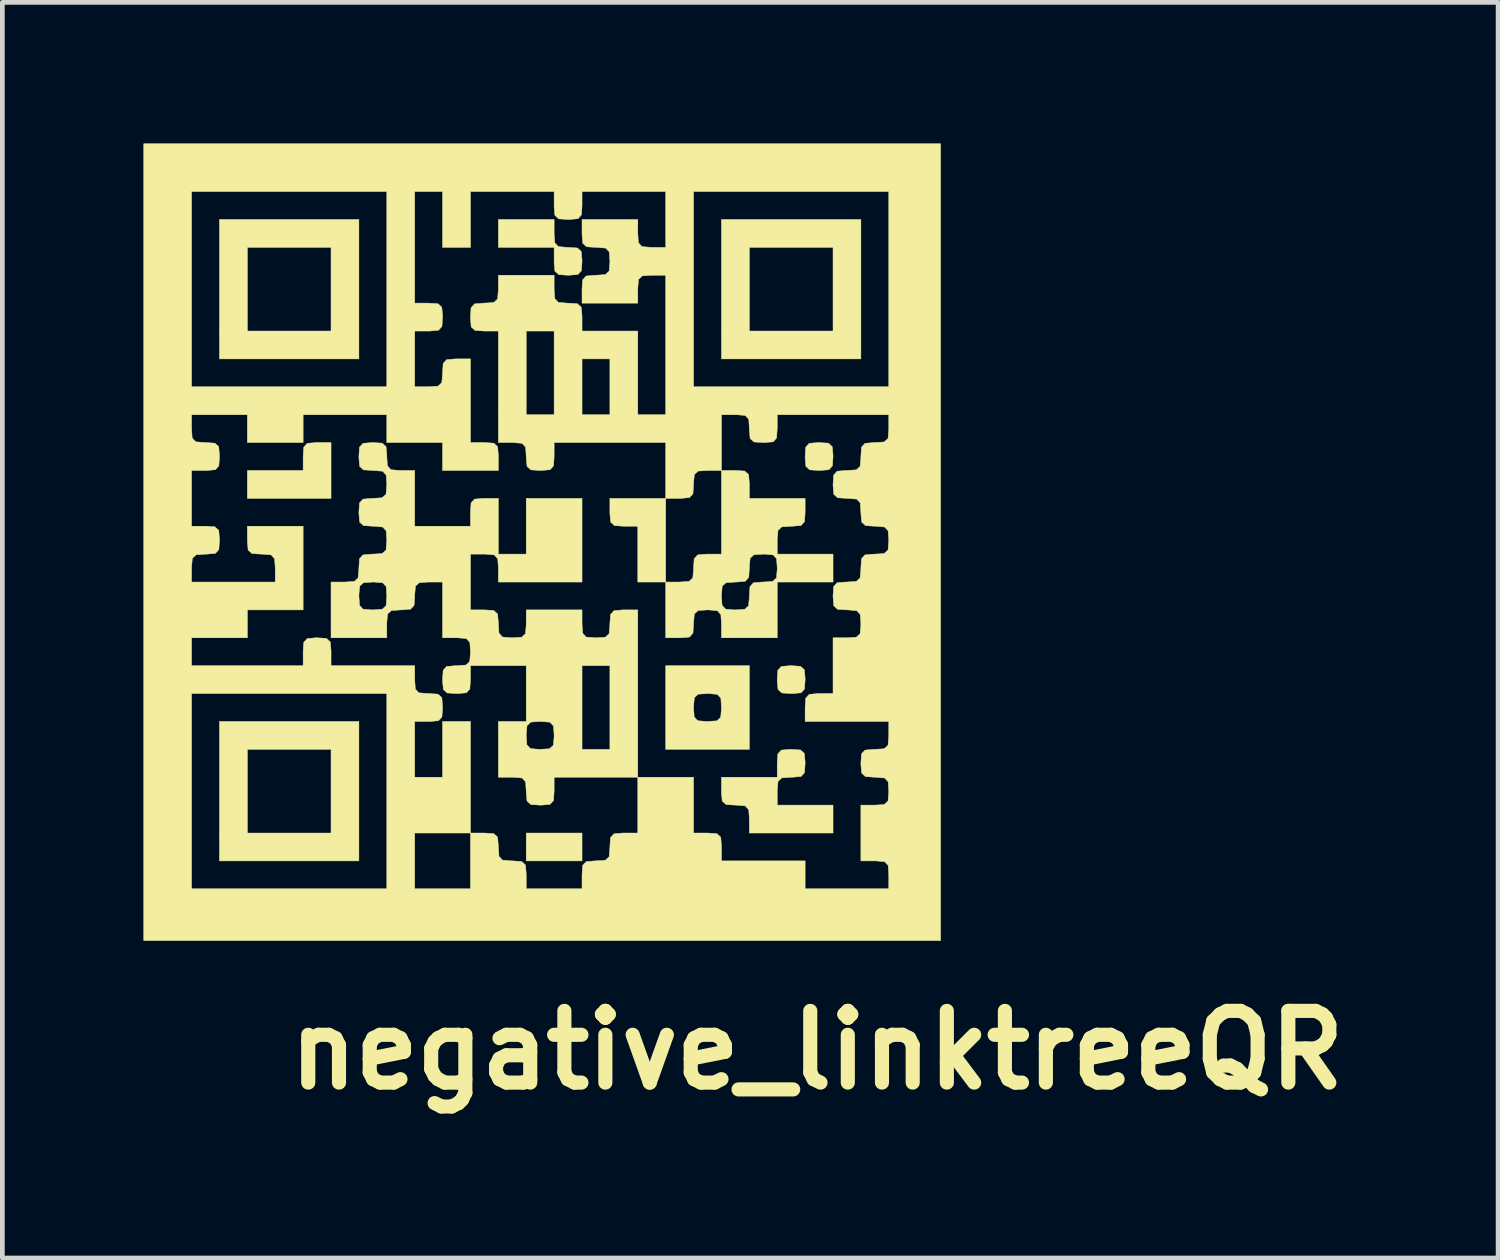
<source format=kicad_pcb>
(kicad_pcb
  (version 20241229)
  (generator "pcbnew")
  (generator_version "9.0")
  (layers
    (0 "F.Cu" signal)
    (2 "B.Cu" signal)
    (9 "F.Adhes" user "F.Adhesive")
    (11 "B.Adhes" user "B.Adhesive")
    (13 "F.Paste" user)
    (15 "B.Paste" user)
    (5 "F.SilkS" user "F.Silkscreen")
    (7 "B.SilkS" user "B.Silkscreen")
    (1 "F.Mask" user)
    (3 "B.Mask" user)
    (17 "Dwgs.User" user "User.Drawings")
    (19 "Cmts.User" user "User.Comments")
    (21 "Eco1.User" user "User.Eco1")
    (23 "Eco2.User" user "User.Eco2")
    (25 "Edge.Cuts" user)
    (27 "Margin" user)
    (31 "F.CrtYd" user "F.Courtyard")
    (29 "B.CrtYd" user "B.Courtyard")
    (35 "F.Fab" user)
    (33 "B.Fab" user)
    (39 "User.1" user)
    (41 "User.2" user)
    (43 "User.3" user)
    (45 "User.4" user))
  (footprint "negative_linktreeQR"
    (layer "F.Cu")
    (at 8.472 8.472)
    (property "Reference" "negative_linktreeQR" (at 5.842 10.795 0) (layer "F.SilkS") (effects (font (size 1.524 1.524) (thickness 0.3))))
    (attr through_hole)
    (fp_poly (pts (xy 0.847 6.773) (xy -0.339 6.773) (xy -0.339 6.181) (xy 0.847 6.181) (xy 0.847 6.773)) (stroke (width 0.01) (type solid)) (fill yes) (layer "F.SilkS"))
    (fp_poly (pts (xy -4.487 -0.931) (xy -6.265 -0.931) (xy -6.265 -1.524) (xy -5.08 -1.524) (xy -5.08 -1.82) (xy -5.067 -2.019) (xy -4.993 -2.1) (xy -4.806 -2.117) (xy -4.784 -2.117) (xy -4.487 -2.117) (xy -4.487 -0.931)) (stroke (width 0.01) (type solid)) (fill yes) (layer "F.SilkS"))
    (fp_poly (pts (xy 2.032 0.847) (xy 2.032 -0.339) (xy 1.736 -0.339) (xy 1.537 -0.352) (xy 1.456 -0.426) (xy 1.439 -0.612) (xy 1.439 -0.635) (xy 1.439 -0.931) (xy 2.625 -0.931) (xy 2.625 0.847) (xy 2.032 0.847)) (stroke (width 0.01) (type solid)) (fill yes) (layer "F.SilkS"))
    (fp_poly (pts (xy -3.895 -3.895) (xy -6.858 -3.895) (xy -6.858 -6.265) (xy -6.265 -6.265) (xy -6.265 -4.487) (xy -4.487 -4.487) (xy -4.487 -6.265) (xy -6.265 -6.265) (xy -6.858 -6.265) (xy -6.858 -6.858) (xy -3.895 -6.858) (xy -3.895 -3.895)) (stroke (width 0.01) (type solid)) (fill yes) (layer "F.SilkS"))
    (fp_poly (pts (xy -3.895 6.773) (xy -6.858 6.773) (xy -6.858 4.403) (xy -6.265 4.403) (xy -6.265 6.181) (xy -4.487 6.181) (xy -4.487 4.403) (xy -6.265 4.403) (xy -6.858 4.403) (xy -6.858 3.81) (xy -3.895 3.81) (xy -3.895 6.773)) (stroke (width 0.01) (type solid)) (fill yes) (layer "F.SilkS"))
    (fp_poly (pts (xy 6.773 -3.895) (xy 3.81 -3.895) (xy 3.81 -6.265) (xy 4.403 -6.265) (xy 4.403 -4.487) (xy 6.181 -4.487) (xy 6.181 -6.265) (xy 4.403 -6.265) (xy 3.81 -6.265) (xy 3.81 -6.858) (xy 6.773 -6.858) (xy 6.773 -3.895)) (stroke (width 0.01) (type solid)) (fill yes) (layer "F.SilkS"))
    (fp_poly (pts (xy 5.49 2.638) (xy 5.572 2.712) (xy 5.588 2.898) (xy 5.588 2.921) (xy 5.575 3.12) (xy 5.501 3.201) (xy 5.314 3.217) (xy 5.292 3.217) (xy 5.093 3.204) (xy 5.012 3.13) (xy 4.995 2.944) (xy 4.995 2.921) (xy 5.008 2.722) (xy 5.082 2.641) (xy 5.269 2.625) (xy 5.292 2.625) (xy 5.49 2.638)) (stroke (width 0.01) (type solid)) (fill yes) (layer "F.SilkS"))
    (fp_poly (pts (xy 6.083 -2.104) (xy 6.164 -2.03) (xy 6.181 -1.843) (xy 6.181 -1.82) (xy 6.168 -1.622) (xy 6.094 -1.54) (xy 5.907 -1.524) (xy 5.884 -1.524) (xy 5.686 -1.537) (xy 5.604 -1.611) (xy 5.588 -1.798) (xy 5.588 -1.82) (xy 5.601 -2.019) (xy 5.675 -2.1) (xy 5.862 -2.117) (xy 5.884 -2.117) (xy 6.083 -2.104)) (stroke (width 0.01) (type solid)) (fill yes) (layer "F.SilkS"))
    (fp_poly (pts (xy 0.254 -6.562) (xy 0.267 -6.363) (xy 0.341 -6.282) (xy 0.528 -6.265) (xy 0.55 -6.265) (xy 0.749 -6.252) (xy 0.83 -6.178) (xy 0.847 -5.992) (xy 0.847 -5.969) (xy 0.834 -5.77) (xy 0.76 -5.689) (xy 0.573 -5.673) (xy 0.55 -5.673) (xy 0.352 -5.686) (xy 0.27 -5.76) (xy 0.254 -5.946) (xy 0.254 -5.969) (xy 0.254 -6.265) (xy -0.931 -6.265) (xy -0.931 -6.858) (xy 0.254 -6.858) (xy 0.254 -6.562)) (stroke (width 0.01) (type solid)) (fill yes) (layer "F.SilkS"))
    (fp_poly (pts (xy 4.403 4.403) (xy 2.625 4.403) (xy 2.625 3.514) (xy 3.217 3.514) (xy 3.23 3.712) (xy 3.304 3.794) (xy 3.491 3.81) (xy 3.514 3.81) (xy 3.712 3.797) (xy 3.794 3.723) (xy 3.81 3.536) (xy 3.81 3.514) (xy 3.797 3.315) (xy 3.723 3.234) (xy 3.536 3.217) (xy 3.514 3.217) (xy 3.315 3.23) (xy 3.234 3.304) (xy 3.217 3.491) (xy 3.217 3.514) (xy 2.625 3.514) (xy 2.625 2.625) (xy 4.403 2.625) (xy 4.403 4.403)) (stroke (width 0.01) (type solid)) (fill yes) (layer "F.SilkS"))
    (fp_poly (pts (xy 5.49 4.416) (xy 5.572 4.49) (xy 5.588 4.676) (xy 5.588 4.699) (xy 5.575 4.898) (xy 5.501 4.979) (xy 5.314 4.995) (xy 5.292 4.995) (xy 5.093 5.008) (xy 5.012 5.082) (xy 4.995 5.269) (xy 4.995 5.292) (xy 4.995 5.588) (xy 6.181 5.588) (xy 6.181 6.181) (xy 4.403 6.181) (xy 4.403 5.884) (xy 4.39 5.686) (xy 4.316 5.604) (xy 4.129 5.588) (xy 4.106 5.588) (xy 3.908 5.575) (xy 3.826 5.501) (xy 3.81 5.314) (xy 3.81 5.292) (xy 3.81 4.995) (xy 4.995 4.995) (xy 4.995 4.699) (xy 5.008 4.5) (xy 5.082 4.419) (xy 5.269 4.403) (xy 5.292 4.403) (xy 5.49 4.416)) (stroke (width 0.01) (type solid)) (fill yes) (layer "F.SilkS"))
    (fp_poly (pts (xy 2.921 0.847) (xy 3.12 0.834) (xy 3.201 0.76) (xy 3.217 0.573) (xy 3.217 0.55) (xy 3.23 0.352) (xy 3.304 0.27) (xy 3.491 0.254) (xy 3.514 0.254) (xy 3.81 0.254) (xy 3.81 -1.524) (xy 4.106 -1.524) (xy 4.305 -1.511) (xy 4.386 -1.437) (xy 4.403 -1.25) (xy 4.403 -1.228) (xy 4.403 -0.931) (xy 5.588 -0.931) (xy 5.588 -0.635) (xy 5.575 -0.436) (xy 5.501 -0.355) (xy 5.314 -0.339) (xy 5.292 -0.339) (xy 5.093 -0.326) (xy 5.012 -0.252) (xy 4.995 -0.065) (xy 4.995 -0.042) (xy 4.995 0.254) (xy 6.181 0.254) (xy 6.181 0.847) (xy 4.995 0.847) (xy 4.995 2.032) (xy 3.81 2.032) (xy 3.81 1.736) (xy 3.797 1.537) (xy 3.723 1.456) (xy 3.536 1.439) (xy 3.514 1.439) (xy 3.315 1.452) (xy 3.234 1.526) (xy 3.217 1.713) (xy 3.217 1.736) (xy 3.204 1.934) (xy 3.13 2.016) (xy 2.944 2.032) (xy 2.921 2.032) (xy 2.625 2.032) (xy 2.625 1.143) (xy 3.81 1.143) (xy 3.823 1.342) (xy 3.897 1.423) (xy 4.084 1.439) (xy 4.106 1.439) (xy 4.305 1.426) (xy 4.386 1.352) (xy 4.403 1.166) (xy 4.403 1.143) (xy 4.416 0.944) (xy 4.49 0.863) (xy 4.676 0.847) (xy 4.699 0.847) (xy 4.898 0.834) (xy 4.979 0.76) (xy 4.995 0.573) (xy 4.995 0.55) (xy 4.982 0.352) (xy 4.908 0.27) (xy 4.722 0.254) (xy 4.699 0.254) (xy 4.5 0.267) (xy 4.419 0.341) (xy 4.403 0.528) (xy 4.403 0.55) (xy 4.39 0.749) (xy 4.316 0.83) (xy 4.129 0.847) (xy 4.106 0.847) (xy 3.908 0.86) (xy 3.826 0.934) (xy 3.81 1.12) (xy 3.81 1.143) (xy 2.625 1.143) (xy 2.625 0.847) (xy 2.921 0.847)) (stroke (width 0.01) (type solid)) (fill yes) (layer "F.SilkS"))
    (fp_poly (pts (xy -3.4 -2.104) (xy -3.318 -2.03) (xy -3.302 -1.843) (xy -3.302 -1.82) (xy -3.289 -1.622) (xy -3.215 -1.54) (xy -3.028 -1.524) (xy -3.006 -1.524) (xy -2.709 -1.524) (xy -2.709 -0.339) (xy -1.524 -0.339) (xy -1.524 -0.635) (xy -1.511 -0.834) (xy -1.437 -0.915) (xy -1.25 -0.931) (xy -1.228 -0.931) (xy -0.931 -0.931) (xy -0.931 0.254) (xy -0.339 0.254) (xy -0.339 -0.931) (xy 0.847 -0.931) (xy 0.847 0.847) (xy -0.931 0.847) (xy -0.931 0.55) (xy -0.944 0.352) (xy -1.018 0.27) (xy -1.205 0.254) (xy -1.228 0.254) (xy -1.524 0.254) (xy -1.524 1.439) (xy -1.228 1.439) (xy -1.029 1.452) (xy -0.948 1.526) (xy -0.931 1.713) (xy -0.931 1.736) (xy -0.918 1.934) (xy -0.844 2.016) (xy -0.658 2.032) (xy -0.635 2.032) (xy -0.436 2.019) (xy -0.355 1.945) (xy -0.339 1.758) (xy -0.339 1.736) (xy -0.339 1.439) (xy 0.847 1.439) (xy 0.847 1.736) (xy 0.86 1.934) (xy 0.934 2.016) (xy 1.12 2.032) (xy 1.143 2.032) (xy 1.342 2.019) (xy 1.423 1.945) (xy 1.439 1.758) (xy 1.439 1.736) (xy 1.452 1.537) (xy 1.526 1.456) (xy 1.713 1.439) (xy 1.736 1.439) (xy 2.032 1.439) (xy 2.032 4.995) (xy 0.254 4.995) (xy 0.254 5.292) (xy 0.241 5.49) (xy 0.167 5.572) (xy -0.02 5.588) (xy -0.042 5.588) (xy -0.241 5.575) (xy -0.322 5.501) (xy -0.339 5.314) (xy -0.339 5.292) (xy -0.352 5.093) (xy -0.426 5.012) (xy -0.612 4.995) (xy -0.635 4.995) (xy -0.931 4.995) (xy -0.931 4.106) (xy -0.339 4.106) (xy -0.326 4.305) (xy -0.252 4.386) (xy -0.065 4.403) (xy -0.042 4.403) (xy 0.156 4.39) (xy 0.238 4.316) (xy 0.254 4.129) (xy 0.254 4.106) (xy 0.241 3.908) (xy 0.167 3.826) (xy -0.02 3.81) (xy -0.042 3.81) (xy -0.241 3.823) (xy -0.322 3.897) (xy -0.339 4.084) (xy -0.339 4.106) (xy -0.931 4.106) (xy -0.931 3.81) (xy -0.339 3.81) (xy -0.339 2.625) (xy 0.847 2.625) (xy 0.847 4.403) (xy 1.439 4.403) (xy 1.439 2.625) (xy 0.847 2.625) (xy -0.339 2.625) (xy -1.524 2.625) (xy -1.524 2.921) (xy -1.537 3.12) (xy -1.611 3.201) (xy -1.798 3.217) (xy -1.82 3.217) (xy -2.019 3.204) (xy -2.1 3.13) (xy -2.117 2.944) (xy -2.117 2.921) (xy -2.104 2.722) (xy -2.03 2.641) (xy -1.843 2.625) (xy -1.82 2.625) (xy -1.622 2.612) (xy -1.54 2.538) (xy -1.524 2.351) (xy -1.524 2.328) (xy -1.537 2.13) (xy -1.611 2.048) (xy -1.798 2.032) (xy -1.82 2.032) (xy -2.117 2.032) (xy -2.117 0.847) (xy -2.413 0.847) (xy -2.612 0.86) (xy -2.693 0.934) (xy -2.709 1.12) (xy -2.709 1.143) (xy -2.722 1.342) (xy -2.796 1.423) (xy -2.983 1.439) (xy -3.006 1.439) (xy -3.204 1.452) (xy -3.286 1.526) (xy -3.302 1.713) (xy -3.302 1.736) (xy -3.302 2.032) (xy -4.487 2.032) (xy -4.487 1.143) (xy -3.895 1.143) (xy -3.882 1.342) (xy -3.808 1.423) (xy -3.621 1.439) (xy -3.598 1.439) (xy -3.4 1.426) (xy -3.318 1.352) (xy -3.302 1.166) (xy -3.302 1.143) (xy -3.315 0.944) (xy -3.389 0.863) (xy -3.576 0.847) (xy -3.598 0.847) (xy -3.797 0.86) (xy -3.878 0.934) (xy -3.895 1.12) (xy -3.895 1.143) (xy -4.487 1.143) (xy -4.487 0.847) (xy -4.191 0.847) (xy -3.992 0.834) (xy -3.911 0.76) (xy -3.895 0.573) (xy -3.895 0.55) (xy -3.882 0.352) (xy -3.808 0.27) (xy -3.621 0.254) (xy -3.598 0.254) (xy -3.4 0.241) (xy -3.318 0.167) (xy -3.302 -0.02) (xy -3.302 -0.042) (xy -3.315 -0.241) (xy -3.389 -0.322) (xy -3.576 -0.339) (xy -3.598 -0.339) (xy -3.797 -0.352) (xy -3.878 -0.426) (xy -3.895 -0.612) (xy -3.895 -0.635) (xy -3.882 -0.834) (xy -3.808 -0.915) (xy -3.621 -0.931) (xy -3.598 -0.931) (xy -3.4 -0.944) (xy -3.318 -1.018) (xy -3.302 -1.205) (xy -3.302 -1.228) (xy -3.315 -1.426) (xy -3.389 -1.508) (xy -3.576 -1.524) (xy -3.598 -1.524) (xy -3.797 -1.537) (xy -3.878 -1.611) (xy -3.895 -1.798) (xy -3.895 -1.82) (xy -3.882 -2.019) (xy -3.808 -2.1) (xy -3.621 -2.117) (xy -3.598 -2.117) (xy -3.4 -2.104)) (stroke (width 0.01) (type solid)) (fill yes) (layer "F.SilkS"))
    (fp_poly (pts (xy 8.467 8.467) (xy -8.467 8.467) (xy -8.467 3.217) (xy -7.451 3.217) (xy -7.451 7.366) (xy -3.302 7.366) (xy -3.302 6.181) (xy -2.709 6.181) (xy -2.709 7.366) (xy -1.524 7.366) (xy -1.524 6.181) (xy -2.709 6.181) (xy -3.302 6.181) (xy -3.302 3.217) (xy -7.451 3.217) (xy -8.467 3.217) (xy -8.467 -2.709) (xy -7.451 -2.709) (xy -7.451 -2.413) (xy -7.438 -2.214) (xy -7.364 -2.133) (xy -7.177 -2.117) (xy -7.154 -2.117) (xy -6.956 -2.104) (xy -6.874 -2.03) (xy -6.858 -1.843) (xy -6.858 -1.82) (xy -6.871 -1.622) (xy -6.945 -1.54) (xy -7.132 -1.524) (xy -7.154 -1.524) (xy -7.451 -1.524) (xy -7.451 -0.339) (xy -7.154 -0.339) (xy -6.956 -0.326) (xy -6.874 -0.252) (xy -6.858 -0.065) (xy -6.858 -0.042) (xy -6.871 0.156) (xy -6.945 0.238) (xy -7.132 0.254) (xy -7.154 0.254) (xy -7.353 0.267) (xy -7.434 0.341) (xy -7.451 0.528) (xy -7.451 0.55) (xy -7.451 0.847) (xy -5.673 0.847) (xy -5.673 0.55) (xy -5.686 0.352) (xy -5.76 0.27) (xy -5.946 0.254) (xy -5.969 0.254) (xy -6.168 0.241) (xy -6.249 0.167) (xy -6.265 -0.02) (xy -6.265 -0.042) (xy -6.265 -0.339) (xy -5.08 -0.339) (xy -5.08 1.439) (xy -6.265 1.439) (xy -6.265 2.032) (xy -7.451 2.032) (xy -7.451 2.625) (xy -5.08 2.625) (xy -5.08 2.328) (xy -5.067 2.13) (xy -4.993 2.048) (xy -4.806 2.032) (xy -4.784 2.032) (xy -4.585 2.045) (xy -4.504 2.119) (xy -4.487 2.306) (xy -4.487 2.328) (xy -4.487 2.625) (xy -2.709 2.625) (xy -2.709 2.921) (xy -2.696 3.12) (xy -2.622 3.201) (xy -2.436 3.217) (xy -2.413 3.217) (xy -2.214 3.23) (xy -2.133 3.304) (xy -2.117 3.491) (xy -2.117 3.514) (xy -2.13 3.712) (xy -2.204 3.794) (xy -2.39 3.81) (xy -2.413 3.81) (xy -2.709 3.81) (xy -2.709 4.995) (xy -2.117 4.995) (xy -2.117 3.81) (xy -1.524 3.81) (xy -1.524 6.181) (xy -1.228 6.181) (xy -1.029 6.194) (xy -0.948 6.268) (xy -0.931 6.454) (xy -0.931 6.477) (xy -0.918 6.676) (xy -0.844 6.757) (xy -0.658 6.773) (xy -0.635 6.773) (xy -0.436 6.786) (xy -0.355 6.86) (xy -0.339 7.047) (xy -0.339 7.07) (xy -0.339 7.366) (xy 0.847 7.366) (xy 0.847 7.07) (xy 0.86 6.871) (xy 0.934 6.79) (xy 1.12 6.773) (xy 1.143 6.773) (xy 1.342 6.76) (xy 1.423 6.686) (xy 1.439 6.5) (xy 1.439 6.477) (xy 1.452 6.278) (xy 1.526 6.197) (xy 1.713 6.181) (xy 1.736 6.181) (xy 2.032 6.181) (xy 2.032 4.995) (xy 3.217 4.995) (xy 3.217 6.181) (xy 3.514 6.181) (xy 3.712 6.194) (xy 3.794 6.268) (xy 3.81 6.454) (xy 3.81 6.477) (xy 3.81 6.773) (xy 5.588 6.773) (xy 5.588 7.366) (xy 7.366 7.366) (xy 7.366 7.07) (xy 7.353 6.871) (xy 7.279 6.79) (xy 7.092 6.773) (xy 7.07 6.773) (xy 6.773 6.773) (xy 6.773 5.588) (xy 7.07 5.588) (xy 7.268 5.575) (xy 7.35 5.501) (xy 7.366 5.314) (xy 7.366 5.292) (xy 7.353 5.093) (xy 7.279 5.012) (xy 7.092 4.995) (xy 7.07 4.995) (xy 6.871 4.982) (xy 6.79 4.908) (xy 6.773 4.722) (xy 6.773 4.699) (xy 6.786 4.5) (xy 6.86 4.419) (xy 7.047 4.403) (xy 7.07 4.403) (xy 7.268 4.39) (xy 7.35 4.316) (xy 7.366 4.129) (xy 7.366 4.106) (xy 7.366 3.81) (xy 5.588 3.81) (xy 5.588 3.514) (xy 5.601 3.315) (xy 5.675 3.234) (xy 5.862 3.217) (xy 5.884 3.217) (xy 6.181 3.217) (xy 6.181 2.032) (xy 6.477 2.032) (xy 6.676 2.019) (xy 6.757 1.945) (xy 6.773 1.758) (xy 6.773 1.736) (xy 6.76 1.537) (xy 6.686 1.456) (xy 6.5 1.439) (xy 6.477 1.439) (xy 6.278 1.426) (xy 6.197 1.352) (xy 6.181 1.166) (xy 6.181 1.143) (xy 6.194 0.944) (xy 6.268 0.863) (xy 6.454 0.847) (xy 6.477 0.847) (xy 6.676 0.834) (xy 6.757 0.76) (xy 6.773 0.573) (xy 6.773 0.55) (xy 6.786 0.352) (xy 6.86 0.27) (xy 7.047 0.254) (xy 7.07 0.254) (xy 7.268 0.241) (xy 7.35 0.167) (xy 7.366 -0.02) (xy 7.366 -0.042) (xy 7.353 -0.241) (xy 7.279 -0.322) (xy 7.092 -0.339) (xy 7.07 -0.339) (xy 6.871 -0.352) (xy 6.79 -0.426) (xy 6.773 -0.612) (xy 6.773 -0.635) (xy 6.76 -0.834) (xy 6.686 -0.915) (xy 6.5 -0.931) (xy 6.477 -0.931) (xy 6.278 -0.944) (xy 6.197 -1.018) (xy 6.181 -1.205) (xy 6.181 -1.228) (xy 6.194 -1.426) (xy 6.268 -1.508) (xy 6.454 -1.524) (xy 6.477 -1.524) (xy 6.676 -1.537) (xy 6.757 -1.611) (xy 6.773 -1.798) (xy 6.773 -1.82) (xy 6.786 -2.019) (xy 6.86 -2.1) (xy 7.047 -2.117) (xy 7.07 -2.117) (xy 7.268 -2.13) (xy 7.35 -2.204) (xy 7.366 -2.39) (xy 7.366 -2.413) (xy 7.366 -2.709) (xy 4.995 -2.709) (xy 4.995 -2.413) (xy 4.982 -2.214) (xy 4.908 -2.133) (xy 4.722 -2.117) (xy 4.699 -2.117) (xy 4.5 -2.13) (xy 4.419 -2.204) (xy 4.403 -2.39) (xy 4.403 -2.413) (xy 4.39 -2.612) (xy 4.316 -2.693) (xy 4.129 -2.709) (xy 4.106 -2.709) (xy 3.81 -2.709) (xy 3.81 -1.524) (xy 3.514 -1.524) (xy 3.315 -1.511) (xy 3.234 -1.437) (xy 3.217 -1.25) (xy 3.217 -1.228) (xy 3.204 -1.029) (xy 3.13 -0.948) (xy 2.944 -0.931) (xy 2.921 -0.931) (xy 2.625 -0.931) (xy 2.625 -2.117) (xy 0.254 -2.117) (xy 0.254 -1.82) (xy 0.241 -1.622) (xy 0.167 -1.54) (xy -0.02 -1.524) (xy -0.042 -1.524) (xy -0.241 -1.537) (xy -0.322 -1.611) (xy -0.339 -1.798) (xy -0.339 -1.82) (xy -0.352 -2.019) (xy -0.426 -2.1) (xy -0.612 -2.117) (xy -0.635 -2.117) (xy -0.931 -2.117) (xy -0.931 -4.487) (xy -0.339 -4.487) (xy -0.339 -2.709) (xy 0.254 -2.709) (xy 0.254 -3.895) (xy 0.847 -3.895) (xy 0.847 -2.709) (xy 1.439 -2.709) (xy 1.439 -3.895) (xy 0.847 -3.895) (xy 0.254 -3.895) (xy 0.254 -4.487) (xy -0.339 -4.487) (xy -0.931 -4.487) (xy -1.228 -4.487) (xy -1.426 -4.5) (xy -1.508 -4.574) (xy -1.524 -4.761) (xy -1.524 -4.784) (xy -1.511 -4.982) (xy -1.437 -5.064) (xy -1.25 -5.08) (xy -1.228 -5.08) (xy -1.029 -5.093) (xy -0.948 -5.167) (xy -0.931 -5.354) (xy -0.931 -5.376) (xy -0.931 -5.673) (xy 0.254 -5.673) (xy 0.254 -5.376) (xy 0.267 -5.178) (xy 0.341 -5.096) (xy 0.528 -5.08) (xy 0.55 -5.08) (xy 0.749 -5.067) (xy 0.83 -4.993) (xy 0.847 -4.806) (xy 0.847 -4.784) (xy 0.847 -4.487) (xy 2.032 -4.487) (xy 2.032 -2.709) (xy 2.625 -2.709) (xy 2.625 -5.673) (xy 2.328 -5.673) (xy 2.13 -5.66) (xy 2.048 -5.586) (xy 2.032 -5.399) (xy 2.032 -5.376) (xy 2.032 -5.08) (xy 0.847 -5.08) (xy 0.847 -5.376) (xy 0.86 -5.575) (xy 0.934 -5.656) (xy 1.12 -5.673) (xy 1.143 -5.673) (xy 1.342 -5.686) (xy 1.423 -5.76) (xy 1.439 -5.946) (xy 1.439 -5.969) (xy 1.426 -6.168) (xy 1.352 -6.249) (xy 1.166 -6.265) (xy 1.143 -6.265) (xy 0.944 -6.278) (xy 0.863 -6.352) (xy 0.847 -6.539) (xy 0.847 -6.562) (xy 0.847 -6.858) (xy 2.032 -6.858) (xy 2.032 -6.562) (xy 2.045 -6.363) (xy 2.119 -6.282) (xy 2.306 -6.265) (xy 2.328 -6.265) (xy 2.625 -6.265) (xy 2.625 -7.451) (xy 3.217 -7.451) (xy 3.217 -3.302) (xy 7.366 -3.302) (xy 7.366 -7.451) (xy 3.217 -7.451) (xy 2.625 -7.451) (xy 0.847 -7.451) (xy 0.847 -7.154) (xy 0.834 -6.956) (xy 0.76 -6.874) (xy 0.573 -6.858) (xy 0.55 -6.858) (xy 0.352 -6.871) (xy 0.27 -6.945) (xy 0.254 -7.132) (xy 0.254 -7.154) (xy 0.254 -7.451) (xy -1.524 -7.451) (xy -1.524 -6.265) (xy -2.117 -6.265) (xy -2.117 -7.451) (xy -2.709 -7.451) (xy -2.709 -5.08) (xy -2.413 -5.08) (xy -2.214 -5.067) (xy -2.133 -4.993) (xy -2.117 -4.806) (xy -2.117 -4.784) (xy -2.13 -4.585) (xy -2.204 -4.504) (xy -2.39 -4.487) (xy -2.413 -4.487) (xy -2.709 -4.487) (xy -2.709 -3.302) (xy -2.413 -3.302) (xy -2.214 -3.315) (xy -2.133 -3.389) (xy -2.117 -3.576) (xy -2.117 -3.598) (xy -2.104 -3.797) (xy -2.03 -3.878) (xy -1.843 -3.895) (xy -1.82 -3.895) (xy -1.524 -3.895) (xy -1.524 -2.117) (xy -1.228 -2.117) (xy -1.029 -2.104) (xy -0.948 -2.03) (xy -0.931 -1.843) (xy -0.931 -1.82) (xy -0.931 -1.524) (xy -2.117 -1.524) (xy -2.117 -2.117) (xy -3.302 -2.117) (xy -3.302 -2.709) (xy -5.08 -2.709) (xy -5.08 -2.117) (xy -6.265 -2.117) (xy -6.265 -2.709) (xy -7.451 -2.709) (xy -8.467 -2.709) (xy -8.467 -7.451) (xy -7.451 -7.451) (xy -7.451 -3.302) (xy -3.302 -3.302) (xy -3.302 -7.451) (xy -7.451 -7.451) (xy -8.467 -7.451) (xy -8.467 -8.467) (xy 8.467 -8.467) (xy 8.467 8.467)) (stroke (width 0.01) (type solid)) (fill yes) (layer "F.SilkS")))
  (gr_rect
    (start -3 -3)
    (end 28.787 23.685)
    (stroke (width 0.1) (type default))
    (fill no)
    (layer "Edge.Cuts")))
</source>
